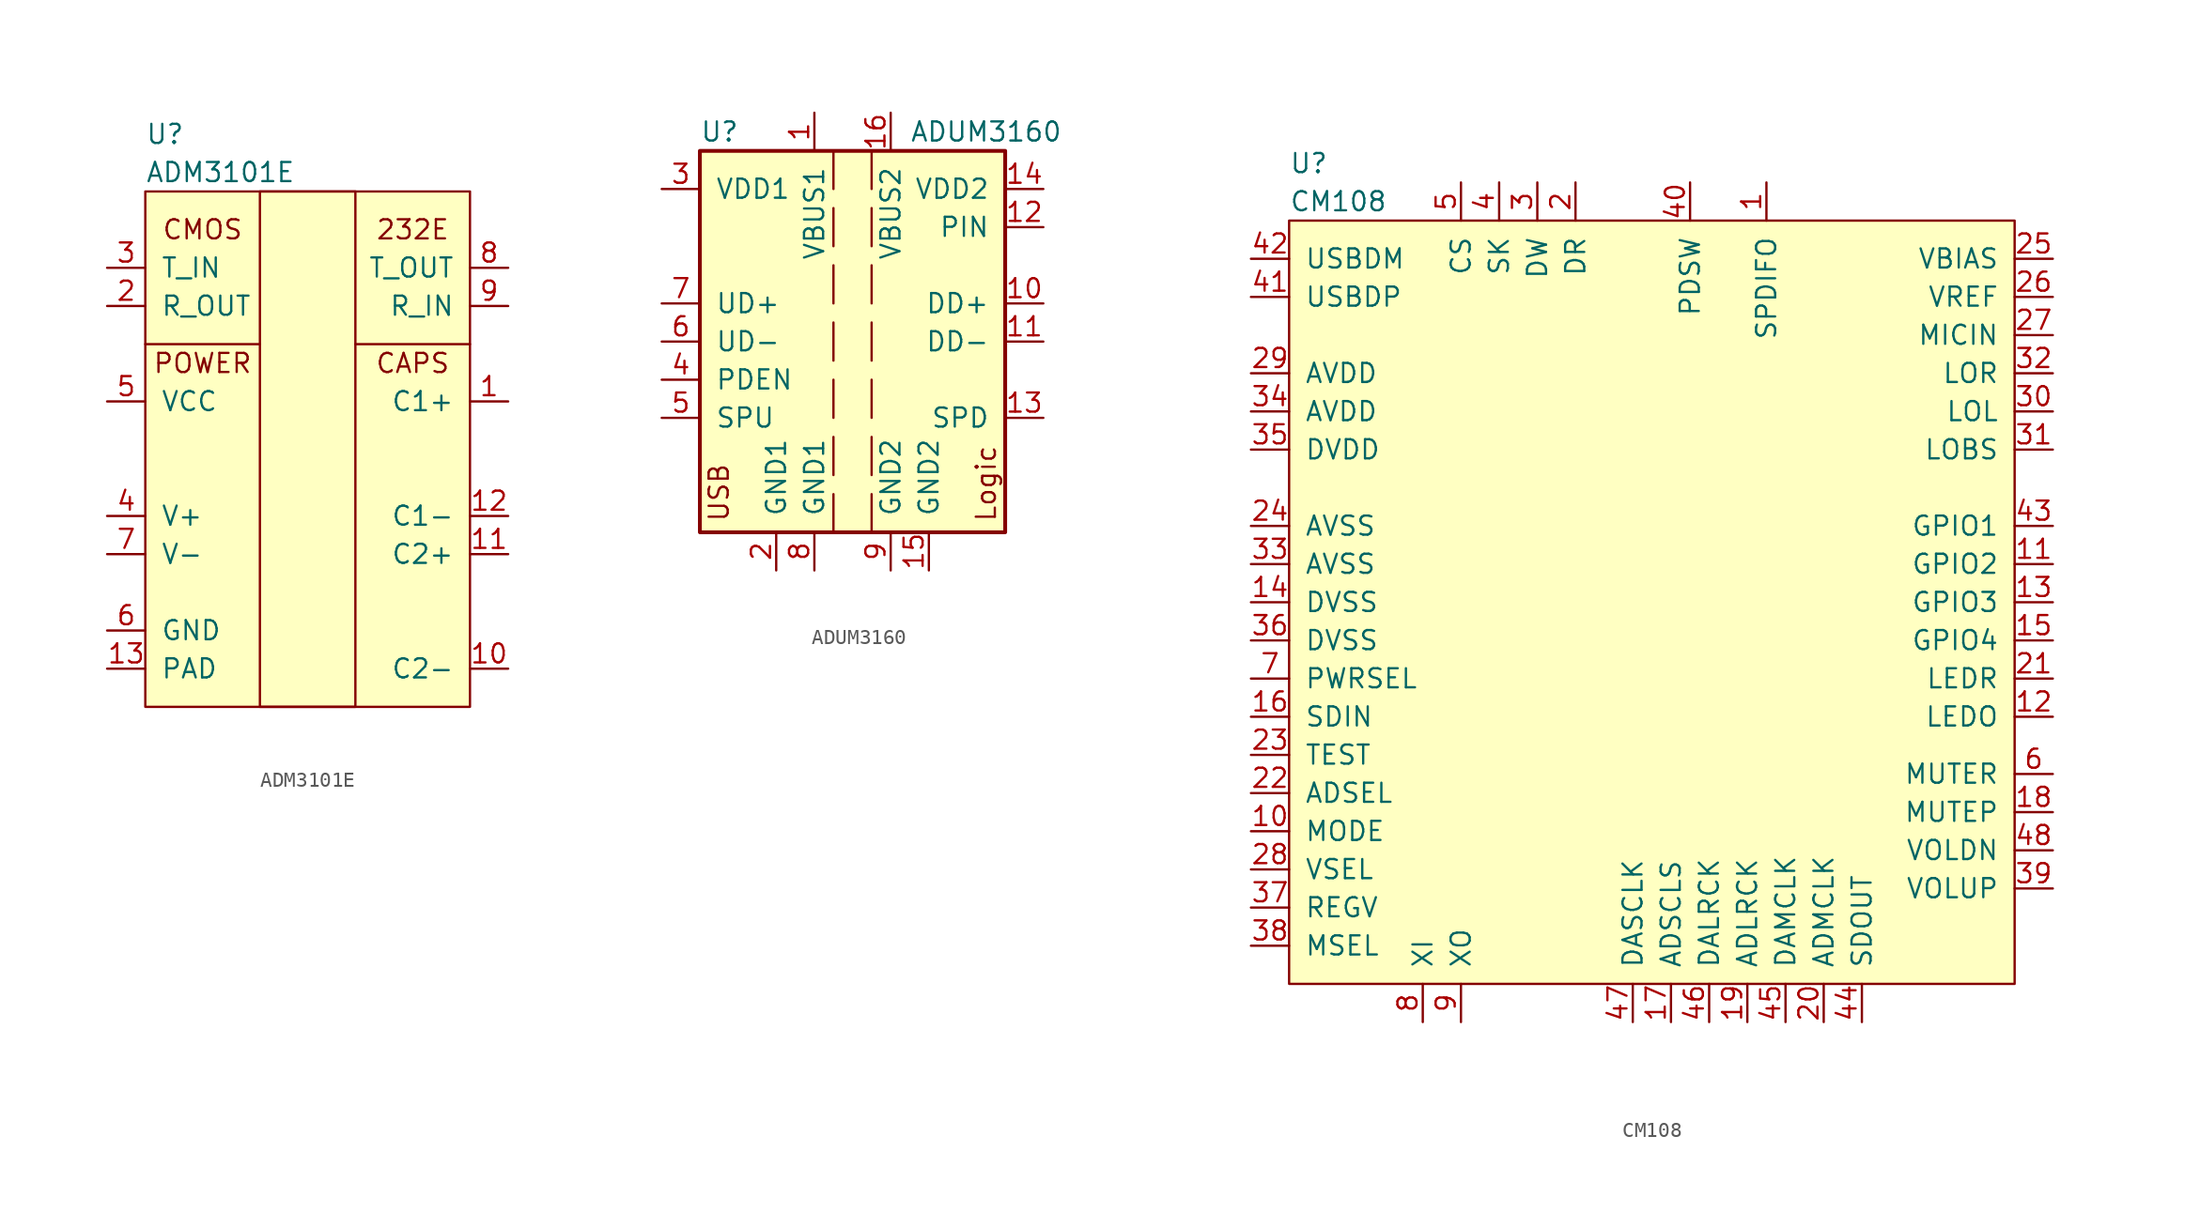
<source format=kicad_sym>
(kicad_symbol_lib
  (version 20220914)
  (generator kicad_symbol_editor)
  (symbol "ADM3101E"
    (pin_names
      (offset 1.016))
    (property "Reference" "U"
      (at -1.27 1.27 0)
      (effects (font (size 1.27 1.27)) (justify left)))
    (property "Value" "ADM3101E"
      (at -1.27 -1.27 0)
      (effects (font (size 1.27 1.27)) (justify left)))
    (symbol "ADM3101E_0_0"
      (polyline (pts (xy -1.27 -12.7) (xy 6.35 -12.7)) (stroke (width 0) (type default)) (fill (type none)))
      (polyline (pts (xy 12.7 -12.7) (xy 20.32 -12.7)) (stroke (width 0) (type default)) (fill (type none)))
      (text "232E" (at 16.51 -5.08 0) (effects (font (size 1.27 1.27))))
      (text "CAPS" (at 16.51 -13.97 0) (effects (font (size 1.27 1.27))))
      (text "CMOS" (at 2.54 -5.08 0) (effects (font (size 1.27 1.27))))
      (text "POWER" (at 2.54 -13.97 0) (effects (font (size 1.27 1.27))))
      (pin power_in line (at -3.81 -34.29 0) (length 2.54) (name "PAD" (effects (font (size 1.27 1.27)))) (number "13" (effects (font (size 1.27 1.27)))))
      (pin output line (at -3.81 -10.16 0) (length 2.54) (name "R_OUT" (effects (font (size 1.27 1.27)))) (number "2" (effects (font (size 1.27 1.27)))))
      (pin input line (at -3.81 -7.62 0) (length 2.54) (name "T_IN" (effects (font (size 1.27 1.27)))) (number "3" (effects (font (size 1.27 1.27)))))
      (pin power_out line (at -3.81 -24.13 0) (length 2.54) (name "V+" (effects (font (size 1.27 1.27)))) (number "4" (effects (font (size 1.27 1.27)))))
      (pin power_in line (at -3.81 -16.51 0) (length 2.54) (name "VCC" (effects (font (size 1.27 1.27)))) (number "5" (effects (font (size 1.27 1.27)))))
      (pin power_in line (at -3.81 -31.75 0) (length 2.54) (name "GND" (effects (font (size 1.27 1.27)))) (number "6" (effects (font (size 1.27 1.27)))))
      (pin power_out line (at -3.81 -26.67 0) (length 2.54) (name "V-" (effects (font (size 1.27 1.27)))) (number "7" (effects (font (size 1.27 1.27)))))
      (pin output line (at 22.86 -7.62 180) (length 2.54) (name "T_OUT" (effects (font (size 1.27 1.27)))) (number "8" (effects (font (size 1.27 1.27)))))
      (pin input line (at 22.86 -10.16 180) (length 2.54) (name "R_IN" (effects (font (size 1.27 1.27)))) (number "9" (effects (font (size 1.27 1.27))))))
    (symbol "ADM3101E_0_1"
      (rectangle (start -1.27 -2.54) (end 20.32 -36.83) (stroke (width 0) (type default)) (fill (type background)))
      (rectangle (start 6.35 -2.54) (end 12.7 -36.83) (stroke (width 0) (type default)) (fill (type none))))
    (symbol "ADM3101E_1_0"
      (pin power_out line (at 22.86 -16.51 180) (length 2.54) (name "C1+" (effects (font (size 1.27 1.27)))) (number "1" (effects (font (size 1.27 1.27)))))
      (pin power_out line (at 22.86 -34.29 180) (length 2.54) (name "C2-" (effects (font (size 1.27 1.27)))) (number "10" (effects (font (size 1.27 1.27)))))
      (pin power_out line (at 22.86 -26.67 180) (length 2.54) (name "C2+" (effects (font (size 1.27 1.27)))) (number "11" (effects (font (size 1.27 1.27)))))
      (pin power_out line (at 22.86 -24.13 180) (length 2.54) (name "C1-" (effects (font (size 1.27 1.27)))) (number "12" (effects (font (size 1.27 1.27)))))))
  (symbol "ADUM3160"
    (pin_names
      (offset 1.016))
    (property "Reference" "U"
      (at -10.16 13.97 0)
      (effects (font (size 1.27 1.27)) (justify left)))
    (property "Value" "ADUM3160"
      (at 3.81 13.97 0)
      (effects (font (size 1.27 1.27)) (justify left)))
    (symbol "ADUM3160_0_0"
      (text "Logic" (at 8.89 -12.065 900) (effects (font (size 1.27 1.27)) (justify left))))
    (symbol "ADUM3160_0_1"
      (rectangle (start -10.16 12.7) (end 10.16 -12.7) (stroke (width 0.254) (type default)) (fill (type background)))
      (polyline (pts (xy -1.27 -10.16) (xy -1.27 -12.7)) (stroke (width 0) (type default)) (fill (type none)))
      (polyline (pts (xy -1.27 -6.35) (xy -1.27 -8.89)) (stroke (width 0) (type default)) (fill (type none)))
      (polyline (pts (xy -1.27 -2.54) (xy -1.27 -5.08)) (stroke (width 0) (type default)) (fill (type none)))
      (polyline (pts (xy -1.27 1.27) (xy -1.27 -1.27)) (stroke (width 0) (type default)) (fill (type none)))
      (polyline (pts (xy -1.27 5.08) (xy -1.27 2.54)) (stroke (width 0) (type default)) (fill (type none)))
      (polyline (pts (xy -1.27 8.89) (xy -1.27 6.35)) (stroke (width 0) (type default)) (fill (type none)))
      (polyline (pts (xy -1.27 12.7) (xy -1.27 10.16)) (stroke (width 0) (type default)) (fill (type none)))
      (polyline (pts (xy 1.27 -10.16) (xy 1.27 -12.7)) (stroke (width 0) (type default)) (fill (type none)))
      (polyline (pts (xy 1.27 -6.35) (xy 1.27 -8.89)) (stroke (width 0) (type default)) (fill (type none)))
      (polyline (pts (xy 1.27 -2.54) (xy 1.27 -5.08)) (stroke (width 0) (type default)) (fill (type none)))
      (polyline (pts (xy 1.27 1.27) (xy 1.27 -1.27)) (stroke (width 0) (type default)) (fill (type none)))
      (polyline (pts (xy 1.27 5.08) (xy 1.27 2.54)) (stroke (width 0) (type default)) (fill (type none)))
      (polyline (pts (xy 1.27 8.89) (xy 1.27 6.35)) (stroke (width 0) (type default)) (fill (type none)))
      (polyline (pts (xy 1.27 12.7) (xy 1.27 10.16)) (stroke (width 0) (type default)) (fill (type none))))
    (symbol "ADUM3160_1_0"
      (text "USB" (at -8.89 -12.065 900) (effects (font (size 1.27 1.27)) (justify left))))
    (symbol "ADUM3160_1_1"
      (pin power_in line (at -2.54 15.24 270) (length 2.54) (name "VBUS1" (effects (font (size 1.27 1.27)))) (number "1" (effects (font (size 1.27 1.27)))))
      (pin bidirectional line (at 12.7 2.54 180) (length 2.54) (name "DD+" (effects (font (size 1.27 1.27)))) (number "10" (effects (font (size 1.27 1.27)))))
      (pin bidirectional line (at 12.7 0 180) (length 2.54) (name "DD-" (effects (font (size 1.27 1.27)))) (number "11" (effects (font (size 1.27 1.27)))))
      (pin input line (at 12.7 7.62 180) (length 2.54) (name "PIN" (effects (font (size 1.27 1.27)))) (number "12" (effects (font (size 1.27 1.27)))))
      (pin input line (at 12.7 -5.08 180) (length 2.54) (name "SPD" (effects (font (size 1.27 1.27)))) (number "13" (effects (font (size 1.27 1.27)))))
      (pin power_out line (at 12.7 10.16 180) (length 2.54) (name "VDD2" (effects (font (size 1.27 1.27)))) (number "14" (effects (font (size 1.27 1.27)))))
      (pin power_in line (at 5.08 -15.24 90) (length 2.54) (name "GND2" (effects (font (size 1.27 1.27)))) (number "15" (effects (font (size 1.27 1.27)))))
      (pin power_in line (at 2.54 15.24 270) (length 2.54) (name "VBUS2" (effects (font (size 1.27 1.27)))) (number "16" (effects (font (size 1.27 1.27)))))
      (pin power_in line (at -5.08 -15.24 90) (length 2.54) (name "GND1" (effects (font (size 1.27 1.27)))) (number "2" (effects (font (size 1.27 1.27)))))
      (pin power_out line (at -12.7 10.16 0) (length 2.54) (name "VDD1" (effects (font (size 1.27 1.27)))) (number "3" (effects (font (size 1.27 1.27)))))
      (pin input line (at -12.7 -2.54 0) (length 2.54) (name "PDEN" (effects (font (size 1.27 1.27)))) (number "4" (effects (font (size 1.27 1.27)))))
      (pin input line (at -12.7 -5.08 0) (length 2.54) (name "SPU" (effects (font (size 1.27 1.27)))) (number "5" (effects (font (size 1.27 1.27)))))
      (pin bidirectional line (at -12.7 0 0) (length 2.54) (name "UD-" (effects (font (size 1.27 1.27)))) (number "6" (effects (font (size 1.27 1.27)))))
      (pin bidirectional line (at -12.7 2.54 0) (length 2.54) (name "UD+" (effects (font (size 1.27 1.27)))) (number "7" (effects (font (size 1.27 1.27)))))
      (pin power_in line (at -2.54 -15.24 90) (length 2.54) (name "GND1" (effects (font (size 1.27 1.27)))) (number "8" (effects (font (size 1.27 1.27)))))
      (pin power_out line (at 2.54 -15.24 90) (length 2.54) (name "GND2" (effects (font (size 1.27 1.27)))) (number "9" (effects (font (size 1.27 1.27)))))))
  (symbol "CM108"
    (pin_names
      (offset 1.016))
    (property "Reference" "U"
      (at -12.7 1.27 0)
      (effects (font (size 1.27 1.27)) (justify left)))
    (property "Value" "CM108"
      (at -12.7 -1.27 0)
      (effects (font (size 1.27 1.27)) (justify left)))
    (symbol "CM108_0_0"
      (pin output line (at 19.05 0 270) (length 2.54) (name "SPDIFO" (effects (font (size 1.27 1.27)))) (number "1" (effects (font (size 1.27 1.27)))))
      (pin input line (at -15.24 -43.18 0) (length 2.54) (name "MODE" (effects (font (size 1.27 1.27)))) (number "10" (effects (font (size 1.27 1.27)))))
      (pin bidirectional line (at 38.1 -25.4 180) (length 2.54) (name "GPIO2" (effects (font (size 1.27 1.27)))) (number "11" (effects (font (size 1.27 1.27)))))
      (pin output line (at 38.1 -35.56 180) (length 2.54) (name "LEDO" (effects (font (size 1.27 1.27)))) (number "12" (effects (font (size 1.27 1.27)))))
      (pin bidirectional line (at 38.1 -27.94 180) (length 2.54) (name "GPIO3" (effects (font (size 1.27 1.27)))) (number "13" (effects (font (size 1.27 1.27)))))
      (pin power_in line (at -15.24 -27.94 0) (length 2.54) (name "DVSS" (effects (font (size 1.27 1.27)))) (number "14" (effects (font (size 1.27 1.27)))))
      (pin bidirectional line (at 38.1 -30.48 180) (length 2.54) (name "GPIO4" (effects (font (size 1.27 1.27)))) (number "15" (effects (font (size 1.27 1.27)))))
      (pin input line (at -15.24 -35.56 0) (length 2.54) (name "SDIN" (effects (font (size 1.27 1.27)))) (number "16" (effects (font (size 1.27 1.27)))))
      (pin input line (at 12.7 -55.88 90) (length 2.54) (name "ADSCLS" (effects (font (size 1.27 1.27)))) (number "17" (effects (font (size 1.27 1.27)))))
      (pin input line (at 38.1 -41.91 180) (length 2.54) (name "MUTEP" (effects (font (size 1.27 1.27)))) (number "18" (effects (font (size 1.27 1.27)))))
      (pin input line (at 17.78 -55.88 90) (length 2.54) (name "ADLRCK" (effects (font (size 1.27 1.27)))) (number "19" (effects (font (size 1.27 1.27)))))
      (pin output line (at 6.35 0 270) (length 2.54) (name "DR" (effects (font (size 1.27 1.27)))) (number "2" (effects (font (size 1.27 1.27)))))
      (pin output line (at 22.86 -55.88 90) (length 2.54) (name "ADMCLK" (effects (font (size 1.27 1.27)))) (number "20" (effects (font (size 1.27 1.27)))))
      (pin output line (at 38.1 -33.02 180) (length 2.54) (name "LEDR" (effects (font (size 1.27 1.27)))) (number "21" (effects (font (size 1.27 1.27)))))
      (pin input line (at -15.24 -40.64 0) (length 2.54) (name "ADSEL" (effects (font (size 1.27 1.27)))) (number "22" (effects (font (size 1.27 1.27)))))
      (pin input line (at -15.24 -38.1 0) (length 2.54) (name "TEST" (effects (font (size 1.27 1.27)))) (number "23" (effects (font (size 1.27 1.27)))))
      (pin power_in line (at -15.24 -22.86 0) (length 2.54) (name "AVSS" (effects (font (size 1.27 1.27)))) (number "24" (effects (font (size 1.27 1.27)))))
      (pin power_out line (at 38.1 -5.08 180) (length 2.54) (name "VBIAS" (effects (font (size 1.27 1.27)))) (number "25" (effects (font (size 1.27 1.27)))))
      (pin power_out line (at 38.1 -7.62 180) (length 2.54) (name "VREF" (effects (font (size 1.27 1.27)))) (number "26" (effects (font (size 1.27 1.27)))))
      (pin input line (at 38.1 -10.16 180) (length 2.54) (name "MICIN" (effects (font (size 1.27 1.27)))) (number "27" (effects (font (size 1.27 1.27)))))
      (pin input line (at -15.24 -45.72 0) (length 2.54) (name "VSEL" (effects (font (size 1.27 1.27)))) (number "28" (effects (font (size 1.27 1.27)))))
      (pin power_in line (at -15.24 -12.7 0) (length 2.54) (name "AVDD" (effects (font (size 1.27 1.27)))) (number "29" (effects (font (size 1.27 1.27)))))
      (pin input line (at 3.81 0 270) (length 2.54) (name "DW" (effects (font (size 1.27 1.27)))) (number "3" (effects (font (size 1.27 1.27)))))
      (pin output line (at 38.1 -15.24 180) (length 2.54) (name "LOL" (effects (font (size 1.27 1.27)))) (number "30" (effects (font (size 1.27 1.27)))))
      (pin power_out line (at 38.1 -17.78 180) (length 2.54) (name "LOBS" (effects (font (size 1.27 1.27)))) (number "31" (effects (font (size 1.27 1.27)))))
      (pin output line (at 38.1 -12.7 180) (length 2.54) (name "LOR" (effects (font (size 1.27 1.27)))) (number "32" (effects (font (size 1.27 1.27)))))
      (pin input line (at -15.24 -25.4 0) (length 2.54) (name "AVSS" (effects (font (size 1.27 1.27)))) (number "33" (effects (font (size 1.27 1.27)))))
      (pin power_in line (at -15.24 -15.24 0) (length 2.54) (name "AVDD" (effects (font (size 1.27 1.27)))) (number "34" (effects (font (size 1.27 1.27)))))
      (pin power_in line (at -15.24 -17.78 0) (length 2.54) (name "DVDD" (effects (font (size 1.27 1.27)))) (number "35" (effects (font (size 1.27 1.27)))))
      (pin power_in line (at -15.24 -30.48 0) (length 2.54) (name "DVSS" (effects (font (size 1.27 1.27)))) (number "36" (effects (font (size 1.27 1.27)))))
      (pin power_in line (at -15.24 -48.26 0) (length 2.54) (name "REGV" (effects (font (size 1.27 1.27)))) (number "37" (effects (font (size 1.27 1.27)))))
      (pin input line (at -15.24 -50.8 0) (length 2.54) (name "MSEL" (effects (font (size 1.27 1.27)))) (number "38" (effects (font (size 1.27 1.27)))))
      (pin input line (at 38.1 -46.99 180) (length 2.54) (name "VOLUP" (effects (font (size 1.27 1.27)))) (number "39" (effects (font (size 1.27 1.27)))))
      (pin input line (at 1.27 0 270) (length 2.54) (name "SK" (effects (font (size 1.27 1.27)))) (number "4" (effects (font (size 1.27 1.27)))))
      (pin input line (at 13.97 0 270) (length 2.54) (name "PDSW" (effects (font (size 1.27 1.27)))) (number "40" (effects (font (size 1.27 1.27)))))
      (pin bidirectional line (at -15.24 -7.62 0) (length 2.54) (name "USBDP" (effects (font (size 1.27 1.27)))) (number "41" (effects (font (size 1.27 1.27)))))
      (pin bidirectional line (at -15.24 -5.08 0) (length 2.54) (name "USBDM" (effects (font (size 1.27 1.27)))) (number "42" (effects (font (size 1.27 1.27)))))
      (pin bidirectional line (at 38.1 -22.86 180) (length 2.54) (name "GPIO1" (effects (font (size 1.27 1.27)))) (number "43" (effects (font (size 1.27 1.27)))))
      (pin output line (at 25.4 -55.88 90) (length 2.54) (name "SDOUT" (effects (font (size 1.27 1.27)))) (number "44" (effects (font (size 1.27 1.27)))))
      (pin output line (at 20.32 -55.88 90) (length 2.54) (name "DAMCLK" (effects (font (size 1.27 1.27)))) (number "45" (effects (font (size 1.27 1.27)))))
      (pin input line (at 15.24 -55.88 90) (length 2.54) (name "DALRCK" (effects (font (size 1.27 1.27)))) (number "46" (effects (font (size 1.27 1.27)))))
      (pin input line (at 10.16 -55.88 90) (length 2.54) (name "DASCLK" (effects (font (size 1.27 1.27)))) (number "47" (effects (font (size 1.27 1.27)))))
      (pin input line (at 38.1 -44.45 180) (length 2.54) (name "VOLDN" (effects (font (size 1.27 1.27)))) (number "48" (effects (font (size 1.27 1.27)))))
      (pin input line (at -1.27 0 270) (length 2.54) (name "CS" (effects (font (size 1.27 1.27)))) (number "5" (effects (font (size 1.27 1.27)))))
      (pin input line (at 38.1 -39.37 180) (length 2.54) (name "MUTER" (effects (font (size 1.27 1.27)))) (number "6" (effects (font (size 1.27 1.27)))))
      (pin input line (at -15.24 -33.02 0) (length 2.54) (name "PWRSEL" (effects (font (size 1.27 1.27)))) (number "7" (effects (font (size 1.27 1.27)))))
      (pin input line (at -3.81 -55.88 90) (length 2.54) (name "XI" (effects (font (size 1.27 1.27)))) (number "8" (effects (font (size 1.27 1.27)))))
      (pin output line (at -1.27 -55.88 90) (length 2.54) (name "XO" (effects (font (size 1.27 1.27)))) (number "9" (effects (font (size 1.27 1.27))))))
    (symbol "CM108_0_1"
      (rectangle (start -12.7 -2.54) (end 35.56 -53.34) (stroke (width 0) (type default)) (fill (type background))))))
</source>
